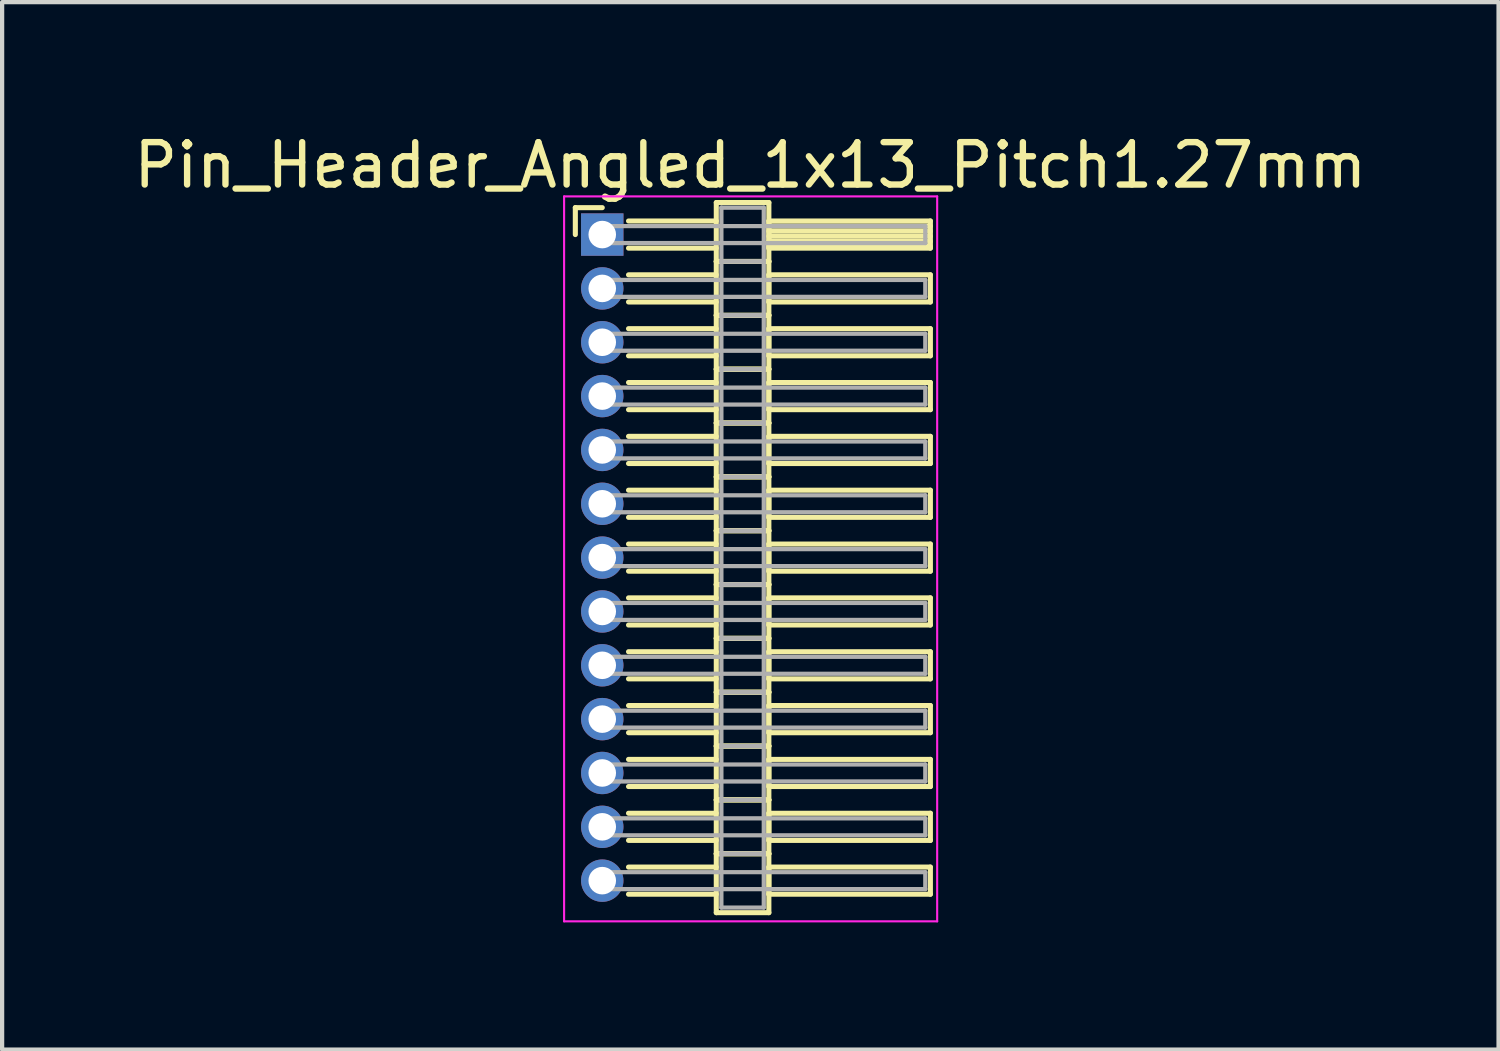
<source format=kicad_pcb>
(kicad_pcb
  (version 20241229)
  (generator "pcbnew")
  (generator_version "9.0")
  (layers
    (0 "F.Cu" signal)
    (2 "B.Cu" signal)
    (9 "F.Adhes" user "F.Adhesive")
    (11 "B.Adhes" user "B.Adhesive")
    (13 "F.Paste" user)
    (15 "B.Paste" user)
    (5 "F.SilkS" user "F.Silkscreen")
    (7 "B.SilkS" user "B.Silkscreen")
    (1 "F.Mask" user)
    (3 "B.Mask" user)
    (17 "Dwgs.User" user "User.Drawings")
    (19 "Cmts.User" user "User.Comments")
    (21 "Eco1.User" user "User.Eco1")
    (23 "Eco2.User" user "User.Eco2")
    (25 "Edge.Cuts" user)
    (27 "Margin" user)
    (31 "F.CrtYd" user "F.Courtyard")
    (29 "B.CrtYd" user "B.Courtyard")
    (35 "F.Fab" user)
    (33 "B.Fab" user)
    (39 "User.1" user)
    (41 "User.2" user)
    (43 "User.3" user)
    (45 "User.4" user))
  (footprint "Pin_Header_Angled_1x13_Pitch1.27mm"
    (layer "F.Cu")
    (at 11.156 2.483)
    (property "Reference" "Pin_Header_Angled_1x13_Pitch1.27mm" (at 3.493 -1.635 0) (layer "F.SilkS") (effects (font (size 1 1) (thickness 0.15))))
    (attr through_hole)
    (fp_line (start -0.635 -0.635) (end 0 -0.635) (stroke (width 0.12) (type solid)) (layer "F.SilkS"))
    (fp_line (start -0.635 0) (end -0.635 -0.635) (stroke (width 0.12) (type solid)) (layer "F.SilkS"))
    (fp_line (start 0.62 -0.32) (end 2.69 -0.32) (stroke (width 0.12) (type solid)) (layer "F.SilkS"))
    (fp_line (start 0.62 0.32) (end 2.69 0.32) (stroke (width 0.12) (type solid)) (layer "F.SilkS"))
    (fp_line (start 0.62 0.95) (end 2.69 0.95) (stroke (width 0.12) (type solid)) (layer "F.SilkS"))
    (fp_line (start 0.62 1.59) (end 2.69 1.59) (stroke (width 0.12) (type solid)) (layer "F.SilkS"))
    (fp_line (start 0.62 2.22) (end 2.69 2.22) (stroke (width 0.12) (type solid)) (layer "F.SilkS"))
    (fp_line (start 0.62 2.86) (end 2.69 2.86) (stroke (width 0.12) (type solid)) (layer "F.SilkS"))
    (fp_line (start 0.62 3.49) (end 2.69 3.49) (stroke (width 0.12) (type solid)) (layer "F.SilkS"))
    (fp_line (start 0.62 4.13) (end 2.69 4.13) (stroke (width 0.12) (type solid)) (layer "F.SilkS"))
    (fp_line (start 0.62 4.76) (end 2.69 4.76) (stroke (width 0.12) (type solid)) (layer "F.SilkS"))
    (fp_line (start 0.62 5.4) (end 2.69 5.4) (stroke (width 0.12) (type solid)) (layer "F.SilkS"))
    (fp_line (start 0.62 6.03) (end 2.69 6.03) (stroke (width 0.12) (type solid)) (layer "F.SilkS"))
    (fp_line (start 0.62 6.67) (end 2.69 6.67) (stroke (width 0.12) (type solid)) (layer "F.SilkS"))
    (fp_line (start 0.62 7.3) (end 2.69 7.3) (stroke (width 0.12) (type solid)) (layer "F.SilkS"))
    (fp_line (start 0.62 7.94) (end 2.69 7.94) (stroke (width 0.12) (type solid)) (layer "F.SilkS"))
    (fp_line (start 0.62 8.57) (end 2.69 8.57) (stroke (width 0.12) (type solid)) (layer "F.SilkS"))
    (fp_line (start 0.62 9.21) (end 2.69 9.21) (stroke (width 0.12) (type solid)) (layer "F.SilkS"))
    (fp_line (start 0.62 9.84) (end 2.69 9.84) (stroke (width 0.12) (type solid)) (layer "F.SilkS"))
    (fp_line (start 0.62 10.48) (end 2.69 10.48) (stroke (width 0.12) (type solid)) (layer "F.SilkS"))
    (fp_line (start 0.62 11.11) (end 2.69 11.11) (stroke (width 0.12) (type solid)) (layer "F.SilkS"))
    (fp_line (start 0.62 11.75) (end 2.69 11.75) (stroke (width 0.12) (type solid)) (layer "F.SilkS"))
    (fp_line (start 0.62 12.38) (end 2.69 12.38) (stroke (width 0.12) (type solid)) (layer "F.SilkS"))
    (fp_line (start 0.62 13.02) (end 2.69 13.02) (stroke (width 0.12) (type solid)) (layer "F.SilkS"))
    (fp_line (start 0.62 13.65) (end 2.69 13.65) (stroke (width 0.12) (type solid)) (layer "F.SilkS"))
    (fp_line (start 0.62 14.29) (end 2.69 14.29) (stroke (width 0.12) (type solid)) (layer "F.SilkS"))
    (fp_line (start 0.62 14.92) (end 2.69 14.92) (stroke (width 0.12) (type solid)) (layer "F.SilkS"))
    (fp_line (start 0.62 15.56) (end 2.69 15.56) (stroke (width 0.12) (type solid)) (layer "F.SilkS"))
    (fp_line (start 2.69 -0.755) (end 2.69 0.635) (stroke (width 0.12) (type solid)) (layer "F.SilkS"))
    (fp_line (start 2.69 0.635) (end 2.69 1.905) (stroke (width 0.12) (type solid)) (layer "F.SilkS"))
    (fp_line (start 2.69 0.635) (end 3.93 0.635) (stroke (width 0.12) (type solid)) (layer "F.SilkS"))
    (fp_line (start 2.69 1.905) (end 2.69 3.175) (stroke (width 0.12) (type solid)) (layer "F.SilkS"))
    (fp_line (start 2.69 1.905) (end 3.93 1.905) (stroke (width 0.12) (type solid)) (layer "F.SilkS"))
    (fp_line (start 2.69 3.175) (end 2.69 4.445) (stroke (width 0.12) (type solid)) (layer "F.SilkS"))
    (fp_line (start 2.69 3.175) (end 3.93 3.175) (stroke (width 0.12) (type solid)) (layer "F.SilkS"))
    (fp_line (start 2.69 4.445) (end 2.69 5.715) (stroke (width 0.12) (type solid)) (layer "F.SilkS"))
    (fp_line (start 2.69 4.445) (end 3.93 4.445) (stroke (width 0.12) (type solid)) (layer "F.SilkS"))
    (fp_line (start 2.69 5.715) (end 2.69 6.985) (stroke (width 0.12) (type solid)) (layer "F.SilkS"))
    (fp_line (start 2.69 5.715) (end 3.93 5.715) (stroke (width 0.12) (type solid)) (layer "F.SilkS"))
    (fp_line (start 2.69 6.985) (end 2.69 8.255) (stroke (width 0.12) (type solid)) (layer "F.SilkS"))
    (fp_line (start 2.69 6.985) (end 3.93 6.985) (stroke (width 0.12) (type solid)) (layer "F.SilkS"))
    (fp_line (start 2.69 8.255) (end 2.69 9.525) (stroke (width 0.12) (type solid)) (layer "F.SilkS"))
    (fp_line (start 2.69 8.255) (end 3.93 8.255) (stroke (width 0.12) (type solid)) (layer "F.SilkS"))
    (fp_line (start 2.69 9.525) (end 2.69 10.795) (stroke (width 0.12) (type solid)) (layer "F.SilkS"))
    (fp_line (start 2.69 9.525) (end 3.93 9.525) (stroke (width 0.12) (type solid)) (layer "F.SilkS"))
    (fp_line (start 2.69 10.795) (end 2.69 12.065) (stroke (width 0.12) (type solid)) (layer "F.SilkS"))
    (fp_line (start 2.69 10.795) (end 3.93 10.795) (stroke (width 0.12) (type solid)) (layer "F.SilkS"))
    (fp_line (start 2.69 12.065) (end 2.69 13.335) (stroke (width 0.12) (type solid)) (layer "F.SilkS"))
    (fp_line (start 2.69 12.065) (end 3.93 12.065) (stroke (width 0.12) (type solid)) (layer "F.SilkS"))
    (fp_line (start 2.69 13.335) (end 2.69 14.605) (stroke (width 0.12) (type solid)) (layer "F.SilkS"))
    (fp_line (start 2.69 13.335) (end 3.93 13.335) (stroke (width 0.12) (type solid)) (layer "F.SilkS"))
    (fp_line (start 2.69 14.605) (end 2.69 15.995) (stroke (width 0.12) (type solid)) (layer "F.SilkS"))
    (fp_line (start 2.69 14.605) (end 3.93 14.605) (stroke (width 0.12) (type solid)) (layer "F.SilkS"))
    (fp_line (start 2.69 15.995) (end 3.93 15.995) (stroke (width 0.12) (type solid)) (layer "F.SilkS"))
    (fp_line (start 3.93 -0.755) (end 2.69 -0.755) (stroke (width 0.12) (type solid)) (layer "F.SilkS"))
    (fp_line (start 3.93 -0.32) (end 3.93 0.32) (stroke (width 0.12) (type solid)) (layer "F.SilkS"))
    (fp_line (start 3.93 -0.2) (end 7.74 -0.2) (stroke (width 0.12) (type solid)) (layer "F.SilkS"))
    (fp_line (start 3.93 -0.08) (end 7.74 -0.08) (stroke (width 0.12) (type solid)) (layer "F.SilkS"))
    (fp_line (start 3.93 0.04) (end 7.74 0.04) (stroke (width 0.12) (type solid)) (layer "F.SilkS"))
    (fp_line (start 3.93 0.16) (end 7.74 0.16) (stroke (width 0.12) (type solid)) (layer "F.SilkS"))
    (fp_line (start 3.93 0.28) (end 7.74 0.28) (stroke (width 0.12) (type solid)) (layer "F.SilkS"))
    (fp_line (start 3.93 0.32) (end 7.74 0.32) (stroke (width 0.12) (type solid)) (layer "F.SilkS"))
    (fp_line (start 3.93 0.635) (end 2.69 0.635) (stroke (width 0.12) (type solid)) (layer "F.SilkS"))
    (fp_line (start 3.93 0.635) (end 3.93 -0.755) (stroke (width 0.12) (type solid)) (layer "F.SilkS"))
    (fp_line (start 3.93 0.95) (end 3.93 1.59) (stroke (width 0.12) (type solid)) (layer "F.SilkS"))
    (fp_line (start 3.93 1.59) (end 7.74 1.59) (stroke (width 0.12) (type solid)) (layer "F.SilkS"))
    (fp_line (start 3.93 1.905) (end 2.69 1.905) (stroke (width 0.12) (type solid)) (layer "F.SilkS"))
    (fp_line (start 3.93 1.905) (end 3.93 0.635) (stroke (width 0.12) (type solid)) (layer "F.SilkS"))
    (fp_line (start 3.93 2.22) (end 3.93 2.86) (stroke (width 0.12) (type solid)) (layer "F.SilkS"))
    (fp_line (start 3.93 2.86) (end 7.74 2.86) (stroke (width 0.12) (type solid)) (layer "F.SilkS"))
    (fp_line (start 3.93 3.175) (end 2.69 3.175) (stroke (width 0.12) (type solid)) (layer "F.SilkS"))
    (fp_line (start 3.93 3.175) (end 3.93 1.905) (stroke (width 0.12) (type solid)) (layer "F.SilkS"))
    (fp_line (start 3.93 3.49) (end 3.93 4.13) (stroke (width 0.12) (type solid)) (layer "F.SilkS"))
    (fp_line (start 3.93 4.13) (end 7.74 4.13) (stroke (width 0.12) (type solid)) (layer "F.SilkS"))
    (fp_line (start 3.93 4.445) (end 2.69 4.445) (stroke (width 0.12) (type solid)) (layer "F.SilkS"))
    (fp_line (start 3.93 4.445) (end 3.93 3.175) (stroke (width 0.12) (type solid)) (layer "F.SilkS"))
    (fp_line (start 3.93 4.76) (end 3.93 5.4) (stroke (width 0.12) (type solid)) (layer "F.SilkS"))
    (fp_line (start 3.93 5.4) (end 7.74 5.4) (stroke (width 0.12) (type solid)) (layer "F.SilkS"))
    (fp_line (start 3.93 5.715) (end 2.69 5.715) (stroke (width 0.12) (type solid)) (layer "F.SilkS"))
    (fp_line (start 3.93 5.715) (end 3.93 4.445) (stroke (width 0.12) (type solid)) (layer "F.SilkS"))
    (fp_line (start 3.93 6.03) (end 3.93 6.67) (stroke (width 0.12) (type solid)) (layer "F.SilkS"))
    (fp_line (start 3.93 6.67) (end 7.74 6.67) (stroke (width 0.12) (type solid)) (layer "F.SilkS"))
    (fp_line (start 3.93 6.985) (end 2.69 6.985) (stroke (width 0.12) (type solid)) (layer "F.SilkS"))
    (fp_line (start 3.93 6.985) (end 3.93 5.715) (stroke (width 0.12) (type solid)) (layer "F.SilkS"))
    (fp_line (start 3.93 7.3) (end 3.93 7.94) (stroke (width 0.12) (type solid)) (layer "F.SilkS"))
    (fp_line (start 3.93 7.94) (end 7.74 7.94) (stroke (width 0.12) (type solid)) (layer "F.SilkS"))
    (fp_line (start 3.93 8.255) (end 2.69 8.255) (stroke (width 0.12) (type solid)) (layer "F.SilkS"))
    (fp_line (start 3.93 8.255) (end 3.93 6.985) (stroke (width 0.12) (type solid)) (layer "F.SilkS"))
    (fp_line (start 3.93 8.57) (end 3.93 9.21) (stroke (width 0.12) (type solid)) (layer "F.SilkS"))
    (fp_line (start 3.93 9.21) (end 7.74 9.21) (stroke (width 0.12) (type solid)) (layer "F.SilkS"))
    (fp_line (start 3.93 9.525) (end 2.69 9.525) (stroke (width 0.12) (type solid)) (layer "F.SilkS"))
    (fp_line (start 3.93 9.525) (end 3.93 8.255) (stroke (width 0.12) (type solid)) (layer "F.SilkS"))
    (fp_line (start 3.93 9.84) (end 3.93 10.48) (stroke (width 0.12) (type solid)) (layer "F.SilkS"))
    (fp_line (start 3.93 10.48) (end 7.74 10.48) (stroke (width 0.12) (type solid)) (layer "F.SilkS"))
    (fp_line (start 3.93 10.795) (end 2.69 10.795) (stroke (width 0.12) (type solid)) (layer "F.SilkS"))
    (fp_line (start 3.93 10.795) (end 3.93 9.525) (stroke (width 0.12) (type solid)) (layer "F.SilkS"))
    (fp_line (start 3.93 11.11) (end 3.93 11.75) (stroke (width 0.12) (type solid)) (layer "F.SilkS"))
    (fp_line (start 3.93 11.75) (end 7.74 11.75) (stroke (width 0.12) (type solid)) (layer "F.SilkS"))
    (fp_line (start 3.93 12.065) (end 2.69 12.065) (stroke (width 0.12) (type solid)) (layer "F.SilkS"))
    (fp_line (start 3.93 12.065) (end 3.93 10.795) (stroke (width 0.12) (type solid)) (layer "F.SilkS"))
    (fp_line (start 3.93 12.38) (end 3.93 13.02) (stroke (width 0.12) (type solid)) (layer "F.SilkS"))
    (fp_line (start 3.93 13.02) (end 7.74 13.02) (stroke (width 0.12) (type solid)) (layer "F.SilkS"))
    (fp_line (start 3.93 13.335) (end 2.69 13.335) (stroke (width 0.12) (type solid)) (layer "F.SilkS"))
    (fp_line (start 3.93 13.335) (end 3.93 12.065) (stroke (width 0.12) (type solid)) (layer "F.SilkS"))
    (fp_line (start 3.93 13.65) (end 3.93 14.29) (stroke (width 0.12) (type solid)) (layer "F.SilkS"))
    (fp_line (start 3.93 14.29) (end 7.74 14.29) (stroke (width 0.12) (type solid)) (layer "F.SilkS"))
    (fp_line (start 3.93 14.605) (end 2.69 14.605) (stroke (width 0.12) (type solid)) (layer "F.SilkS"))
    (fp_line (start 3.93 14.605) (end 3.93 13.335) (stroke (width 0.12) (type solid)) (layer "F.SilkS"))
    (fp_line (start 3.93 14.92) (end 3.93 15.56) (stroke (width 0.12) (type solid)) (layer "F.SilkS"))
    (fp_line (start 3.93 15.56) (end 7.74 15.56) (stroke (width 0.12) (type solid)) (layer "F.SilkS"))
    (fp_line (start 3.93 15.995) (end 3.93 14.605) (stroke (width 0.12) (type solid)) (layer "F.SilkS"))
    (fp_line (start 7.74 -0.32) (end 3.93 -0.32) (stroke (width 0.12) (type solid)) (layer "F.SilkS"))
    (fp_line (start 7.74 0.32) (end 7.74 -0.32) (stroke (width 0.12) (type solid)) (layer "F.SilkS"))
    (fp_line (start 7.74 0.95) (end 3.93 0.95) (stroke (width 0.12) (type solid)) (layer "F.SilkS"))
    (fp_line (start 7.74 1.59) (end 7.74 0.95) (stroke (width 0.12) (type solid)) (layer "F.SilkS"))
    (fp_line (start 7.74 2.22) (end 3.93 2.22) (stroke (width 0.12) (type solid)) (layer "F.SilkS"))
    (fp_line (start 7.74 2.86) (end 7.74 2.22) (stroke (width 0.12) (type solid)) (layer "F.SilkS"))
    (fp_line (start 7.74 3.49) (end 3.93 3.49) (stroke (width 0.12) (type solid)) (layer "F.SilkS"))
    (fp_line (start 7.74 4.13) (end 7.74 3.49) (stroke (width 0.12) (type solid)) (layer "F.SilkS"))
    (fp_line (start 7.74 4.76) (end 3.93 4.76) (stroke (width 0.12) (type solid)) (layer "F.SilkS"))
    (fp_line (start 7.74 5.4) (end 7.74 4.76) (stroke (width 0.12) (type solid)) (layer "F.SilkS"))
    (fp_line (start 7.74 6.03) (end 3.93 6.03) (stroke (width 0.12) (type solid)) (layer "F.SilkS"))
    (fp_line (start 7.74 6.67) (end 7.74 6.03) (stroke (width 0.12) (type solid)) (layer "F.SilkS"))
    (fp_line (start 7.74 7.3) (end 3.93 7.3) (stroke (width 0.12) (type solid)) (layer "F.SilkS"))
    (fp_line (start 7.74 7.94) (end 7.74 7.3) (stroke (width 0.12) (type solid)) (layer "F.SilkS"))
    (fp_line (start 7.74 8.57) (end 3.93 8.57) (stroke (width 0.12) (type solid)) (layer "F.SilkS"))
    (fp_line (start 7.74 9.21) (end 7.74 8.57) (stroke (width 0.12) (type solid)) (layer "F.SilkS"))
    (fp_line (start 7.74 9.84) (end 3.93 9.84) (stroke (width 0.12) (type solid)) (layer "F.SilkS"))
    (fp_line (start 7.74 10.48) (end 7.74 9.84) (stroke (width 0.12) (type solid)) (layer "F.SilkS"))
    (fp_line (start 7.74 11.11) (end 3.93 11.11) (stroke (width 0.12) (type solid)) (layer "F.SilkS"))
    (fp_line (start 7.74 11.75) (end 7.74 11.11) (stroke (width 0.12) (type solid)) (layer "F.SilkS"))
    (fp_line (start 7.74 12.38) (end 3.93 12.38) (stroke (width 0.12) (type solid)) (layer "F.SilkS"))
    (fp_line (start 7.74 13.02) (end 7.74 12.38) (stroke (width 0.12) (type solid)) (layer "F.SilkS"))
    (fp_line (start 7.74 13.65) (end 3.93 13.65) (stroke (width 0.12) (type solid)) (layer "F.SilkS"))
    (fp_line (start 7.74 14.29) (end 7.74 13.65) (stroke (width 0.12) (type solid)) (layer "F.SilkS"))
    (fp_line (start 7.74 14.92) (end 3.93 14.92) (stroke (width 0.12) (type solid)) (layer "F.SilkS"))
    (fp_line (start 7.74 15.56) (end 7.74 14.92) (stroke (width 0.12) (type solid)) (layer "F.SilkS"))
    (fp_line (start -0.9 -0.9) (end -0.9 16.2) (stroke (width 0.05) (type solid)) (layer "F.CrtYd"))
    (fp_line (start -0.9 16.2) (end 7.9 16.2) (stroke (width 0.05) (type solid)) (layer "F.CrtYd"))
    (fp_line (start 7.9 -0.9) (end -0.9 -0.9) (stroke (width 0.05) (type solid)) (layer "F.CrtYd"))
    (fp_line (start 7.9 16.2) (end 7.9 -0.9) (stroke (width 0.05) (type solid)) (layer "F.CrtYd"))
    (fp_line (start 0 -0.2) (end 0 0.2) (stroke (width 0.1) (type solid)) (layer "F.Fab"))
    (fp_line (start 0 0.2) (end 7.62 0.2) (stroke (width 0.1) (type solid)) (layer "F.Fab"))
    (fp_line (start 0 1.07) (end 0 1.47) (stroke (width 0.1) (type solid)) (layer "F.Fab"))
    (fp_line (start 0 1.47) (end 7.62 1.47) (stroke (width 0.1) (type solid)) (layer "F.Fab"))
    (fp_line (start 0 2.34) (end 0 2.74) (stroke (width 0.1) (type solid)) (layer "F.Fab"))
    (fp_line (start 0 2.74) (end 7.62 2.74) (stroke (width 0.1) (type solid)) (layer "F.Fab"))
    (fp_line (start 0 3.61) (end 0 4.01) (stroke (width 0.1) (type solid)) (layer "F.Fab"))
    (fp_line (start 0 4.01) (end 7.62 4.01) (stroke (width 0.1) (type solid)) (layer "F.Fab"))
    (fp_line (start 0 4.88) (end 0 5.28) (stroke (width 0.1) (type solid)) (layer "F.Fab"))
    (fp_line (start 0 5.28) (end 7.62 5.28) (stroke (width 0.1) (type solid)) (layer "F.Fab"))
    (fp_line (start 0 6.15) (end 0 6.55) (stroke (width 0.1) (type solid)) (layer "F.Fab"))
    (fp_line (start 0 6.55) (end 7.62 6.55) (stroke (width 0.1) (type solid)) (layer "F.Fab"))
    (fp_line (start 0 7.42) (end 0 7.82) (stroke (width 0.1) (type solid)) (layer "F.Fab"))
    (fp_line (start 0 7.82) (end 7.62 7.82) (stroke (width 0.1) (type solid)) (layer "F.Fab"))
    (fp_line (start 0 8.69) (end 0 9.09) (stroke (width 0.1) (type solid)) (layer "F.Fab"))
    (fp_line (start 0 9.09) (end 7.62 9.09) (stroke (width 0.1) (type solid)) (layer "F.Fab"))
    (fp_line (start 0 9.96) (end 0 10.36) (stroke (width 0.1) (type solid)) (layer "F.Fab"))
    (fp_line (start 0 10.36) (end 7.62 10.36) (stroke (width 0.1) (type solid)) (layer "F.Fab"))
    (fp_line (start 0 11.23) (end 0 11.63) (stroke (width 0.1) (type solid)) (layer "F.Fab"))
    (fp_line (start 0 11.63) (end 7.62 11.63) (stroke (width 0.1) (type solid)) (layer "F.Fab"))
    (fp_line (start 0 12.5) (end 0 12.9) (stroke (width 0.1) (type solid)) (layer "F.Fab"))
    (fp_line (start 0 12.9) (end 7.62 12.9) (stroke (width 0.1) (type solid)) (layer "F.Fab"))
    (fp_line (start 0 13.77) (end 0 14.17) (stroke (width 0.1) (type solid)) (layer "F.Fab"))
    (fp_line (start 0 14.17) (end 7.62 14.17) (stroke (width 0.1) (type solid)) (layer "F.Fab"))
    (fp_line (start 0 15.04) (end 0 15.44) (stroke (width 0.1) (type solid)) (layer "F.Fab"))
    (fp_line (start 0 15.44) (end 7.62 15.44) (stroke (width 0.1) (type solid)) (layer "F.Fab"))
    (fp_line (start 2.81 -0.635) (end 2.81 0.635) (stroke (width 0.1) (type solid)) (layer "F.Fab"))
    (fp_line (start 2.81 0.635) (end 2.81 1.905) (stroke (width 0.1) (type solid)) (layer "F.Fab"))
    (fp_line (start 2.81 0.635) (end 3.81 0.635) (stroke (width 0.1) (type solid)) (layer "F.Fab"))
    (fp_line (start 2.81 1.905) (end 2.81 3.175) (stroke (width 0.1) (type solid)) (layer "F.Fab"))
    (fp_line (start 2.81 1.905) (end 3.81 1.905) (stroke (width 0.1) (type solid)) (layer "F.Fab"))
    (fp_line (start 2.81 3.175) (end 2.81 4.445) (stroke (width 0.1) (type solid)) (layer "F.Fab"))
    (fp_line (start 2.81 3.175) (end 3.81 3.175) (stroke (width 0.1) (type solid)) (layer "F.Fab"))
    (fp_line (start 2.81 4.445) (end 2.81 5.715) (stroke (width 0.1) (type solid)) (layer "F.Fab"))
    (fp_line (start 2.81 4.445) (end 3.81 4.445) (stroke (width 0.1) (type solid)) (layer "F.Fab"))
    (fp_line (start 2.81 5.715) (end 2.81 6.985) (stroke (width 0.1) (type solid)) (layer "F.Fab"))
    (fp_line (start 2.81 5.715) (end 3.81 5.715) (stroke (width 0.1) (type solid)) (layer "F.Fab"))
    (fp_line (start 2.81 6.985) (end 2.81 8.255) (stroke (width 0.1) (type solid)) (layer "F.Fab"))
    (fp_line (start 2.81 6.985) (end 3.81 6.985) (stroke (width 0.1) (type solid)) (layer "F.Fab"))
    (fp_line (start 2.81 8.255) (end 2.81 9.525) (stroke (width 0.1) (type solid)) (layer "F.Fab"))
    (fp_line (start 2.81 8.255) (end 3.81 8.255) (stroke (width 0.1) (type solid)) (layer "F.Fab"))
    (fp_line (start 2.81 9.525) (end 2.81 10.795) (stroke (width 0.1) (type solid)) (layer "F.Fab"))
    (fp_line (start 2.81 9.525) (end 3.81 9.525) (stroke (width 0.1) (type solid)) (layer "F.Fab"))
    (fp_line (start 2.81 10.795) (end 2.81 12.065) (stroke (width 0.1) (type solid)) (layer "F.Fab"))
    (fp_line (start 2.81 10.795) (end 3.81 10.795) (stroke (width 0.1) (type solid)) (layer "F.Fab"))
    (fp_line (start 2.81 12.065) (end 2.81 13.335) (stroke (width 0.1) (type solid)) (layer "F.Fab"))
    (fp_line (start 2.81 12.065) (end 3.81 12.065) (stroke (width 0.1) (type solid)) (layer "F.Fab"))
    (fp_line (start 2.81 13.335) (end 2.81 14.605) (stroke (width 0.1) (type solid)) (layer "F.Fab"))
    (fp_line (start 2.81 13.335) (end 3.81 13.335) (stroke (width 0.1) (type solid)) (layer "F.Fab"))
    (fp_line (start 2.81 14.605) (end 2.81 15.875) (stroke (width 0.1) (type solid)) (layer "F.Fab"))
    (fp_line (start 2.81 14.605) (end 3.81 14.605) (stroke (width 0.1) (type solid)) (layer "F.Fab"))
    (fp_line (start 2.81 15.875) (end 3.81 15.875) (stroke (width 0.1) (type solid)) (layer "F.Fab"))
    (fp_line (start 3.81 -0.635) (end 2.81 -0.635) (stroke (width 0.1) (type solid)) (layer "F.Fab"))
    (fp_line (start 3.81 0.635) (end 2.81 0.635) (stroke (width 0.1) (type solid)) (layer "F.Fab"))
    (fp_line (start 3.81 0.635) (end 3.81 -0.635) (stroke (width 0.1) (type solid)) (layer "F.Fab"))
    (fp_line (start 3.81 1.905) (end 2.81 1.905) (stroke (width 0.1) (type solid)) (layer "F.Fab"))
    (fp_line (start 3.81 1.905) (end 3.81 0.635) (stroke (width 0.1) (type solid)) (layer "F.Fab"))
    (fp_line (start 3.81 3.175) (end 2.81 3.175) (stroke (width 0.1) (type solid)) (layer "F.Fab"))
    (fp_line (start 3.81 3.175) (end 3.81 1.905) (stroke (width 0.1) (type solid)) (layer "F.Fab"))
    (fp_line (start 3.81 4.445) (end 2.81 4.445) (stroke (width 0.1) (type solid)) (layer "F.Fab"))
    (fp_line (start 3.81 4.445) (end 3.81 3.175) (stroke (width 0.1) (type solid)) (layer "F.Fab"))
    (fp_line (start 3.81 5.715) (end 2.81 5.715) (stroke (width 0.1) (type solid)) (layer "F.Fab"))
    (fp_line (start 3.81 5.715) (end 3.81 4.445) (stroke (width 0.1) (type solid)) (layer "F.Fab"))
    (fp_line (start 3.81 6.985) (end 2.81 6.985) (stroke (width 0.1) (type solid)) (layer "F.Fab"))
    (fp_line (start 3.81 6.985) (end 3.81 5.715) (stroke (width 0.1) (type solid)) (layer "F.Fab"))
    (fp_line (start 3.81 8.255) (end 2.81 8.255) (stroke (width 0.1) (type solid)) (layer "F.Fab"))
    (fp_line (start 3.81 8.255) (end 3.81 6.985) (stroke (width 0.1) (type solid)) (layer "F.Fab"))
    (fp_line (start 3.81 9.525) (end 2.81 9.525) (stroke (width 0.1) (type solid)) (layer "F.Fab"))
    (fp_line (start 3.81 9.525) (end 3.81 8.255) (stroke (width 0.1) (type solid)) (layer "F.Fab"))
    (fp_line (start 3.81 10.795) (end 2.81 10.795) (stroke (width 0.1) (type solid)) (layer "F.Fab"))
    (fp_line (start 3.81 10.795) (end 3.81 9.525) (stroke (width 0.1) (type solid)) (layer "F.Fab"))
    (fp_line (start 3.81 12.065) (end 2.81 12.065) (stroke (width 0.1) (type solid)) (layer "F.Fab"))
    (fp_line (start 3.81 12.065) (end 3.81 10.795) (stroke (width 0.1) (type solid)) (layer "F.Fab"))
    (fp_line (start 3.81 13.335) (end 2.81 13.335) (stroke (width 0.1) (type solid)) (layer "F.Fab"))
    (fp_line (start 3.81 13.335) (end 3.81 12.065) (stroke (width 0.1) (type solid)) (layer "F.Fab"))
    (fp_line (start 3.81 14.605) (end 2.81 14.605) (stroke (width 0.1) (type solid)) (layer "F.Fab"))
    (fp_line (start 3.81 14.605) (end 3.81 13.335) (stroke (width 0.1) (type solid)) (layer "F.Fab"))
    (fp_line (start 3.81 15.875) (end 3.81 14.605) (stroke (width 0.1) (type solid)) (layer "F.Fab"))
    (fp_line (start 7.62 -0.2) (end 0 -0.2) (stroke (width 0.1) (type solid)) (layer "F.Fab"))
    (fp_line (start 7.62 0.2) (end 7.62 -0.2) (stroke (width 0.1) (type solid)) (layer "F.Fab"))
    (fp_line (start 7.62 1.07) (end 0 1.07) (stroke (width 0.1) (type solid)) (layer "F.Fab"))
    (fp_line (start 7.62 1.47) (end 7.62 1.07) (stroke (width 0.1) (type solid)) (layer "F.Fab"))
    (fp_line (start 7.62 2.34) (end 0 2.34) (stroke (width 0.1) (type solid)) (layer "F.Fab"))
    (fp_line (start 7.62 2.74) (end 7.62 2.34) (stroke (width 0.1) (type solid)) (layer "F.Fab"))
    (fp_line (start 7.62 3.61) (end 0 3.61) (stroke (width 0.1) (type solid)) (layer "F.Fab"))
    (fp_line (start 7.62 4.01) (end 7.62 3.61) (stroke (width 0.1) (type solid)) (layer "F.Fab"))
    (fp_line (start 7.62 4.88) (end 0 4.88) (stroke (width 0.1) (type solid)) (layer "F.Fab"))
    (fp_line (start 7.62 5.28) (end 7.62 4.88) (stroke (width 0.1) (type solid)) (layer "F.Fab"))
    (fp_line (start 7.62 6.15) (end 0 6.15) (stroke (width 0.1) (type solid)) (layer "F.Fab"))
    (fp_line (start 7.62 6.55) (end 7.62 6.15) (stroke (width 0.1) (type solid)) (layer "F.Fab"))
    (fp_line (start 7.62 7.42) (end 0 7.42) (stroke (width 0.1) (type solid)) (layer "F.Fab"))
    (fp_line (start 7.62 7.82) (end 7.62 7.42) (stroke (width 0.1) (type solid)) (layer "F.Fab"))
    (fp_line (start 7.62 8.69) (end 0 8.69) (stroke (width 0.1) (type solid)) (layer "F.Fab"))
    (fp_line (start 7.62 9.09) (end 7.62 8.69) (stroke (width 0.1) (type solid)) (layer "F.Fab"))
    (fp_line (start 7.62 9.96) (end 0 9.96) (stroke (width 0.1) (type solid)) (layer "F.Fab"))
    (fp_line (start 7.62 10.36) (end 7.62 9.96) (stroke (width 0.1) (type solid)) (layer "F.Fab"))
    (fp_line (start 7.62 11.23) (end 0 11.23) (stroke (width 0.1) (type solid)) (layer "F.Fab"))
    (fp_line (start 7.62 11.63) (end 7.62 11.23) (stroke (width 0.1) (type solid)) (layer "F.Fab"))
    (fp_line (start 7.62 12.5) (end 0 12.5) (stroke (width 0.1) (type solid)) (layer "F.Fab"))
    (fp_line (start 7.62 12.9) (end 7.62 12.5) (stroke (width 0.1) (type solid)) (layer "F.Fab"))
    (fp_line (start 7.62 13.77) (end 0 13.77) (stroke (width 0.1) (type solid)) (layer "F.Fab"))
    (fp_line (start 7.62 14.17) (end 7.62 13.77) (stroke (width 0.1) (type solid)) (layer "F.Fab"))
    (fp_line (start 7.62 15.04) (end 0 15.04) (stroke (width 0.1) (type solid)) (layer "F.Fab"))
    (fp_line (start 7.62 15.44) (end 7.62 15.04) (stroke (width 0.1) (type solid)) (layer "F.Fab"))
    (pad "1" thru_hole rect (at 0 0) (size 1 1) (drill 0.65) (layers "*.Cu" "*.Mask"))
    (pad "2" thru_hole oval (at 0 1.27) (size 1 1) (drill 0.65) (layers "*.Cu" "*.Mask"))
    (pad "3" thru_hole oval (at 0 2.54) (size 1 1) (drill 0.65) (layers "*.Cu" "*.Mask"))
    (pad "4" thru_hole oval (at 0 3.81) (size 1 1) (drill 0.65) (layers "*.Cu" "*.Mask"))
    (pad "5" thru_hole oval (at 0 5.08) (size 1 1) (drill 0.65) (layers "*.Cu" "*.Mask"))
    (pad "6" thru_hole oval (at 0 6.35) (size 1 1) (drill 0.65) (layers "*.Cu" "*.Mask"))
    (pad "7" thru_hole oval (at 0 7.62) (size 1 1) (drill 0.65) (layers "*.Cu" "*.Mask"))
    (pad "8" thru_hole oval (at 0 8.89) (size 1 1) (drill 0.65) (layers "*.Cu" "*.Mask"))
    (pad "9" thru_hole oval (at 0 10.16) (size 1 1) (drill 0.65) (layers "*.Cu" "*.Mask"))
    (pad "10" thru_hole oval (at 0 11.43) (size 1 1) (drill 0.65) (layers "*.Cu" "*.Mask"))
    (pad "11" thru_hole oval (at 0 12.7) (size 1 1) (drill 0.65) (layers "*.Cu" "*.Mask"))
    (pad "12" thru_hole oval (at 0 13.97) (size 1 1) (drill 0.65) (layers "*.Cu" "*.Mask"))
    (pad "13" thru_hole oval (at 0 15.24) (size 1 1) (drill 0.65) (layers "*.Cu" "*.Mask")))
  (gr_rect
    (start -3 -3)
    (end 32.298 21.708)
    (stroke (width 0.1) (type default))
    (fill no)
    (layer "Edge.Cuts")))
</source>
